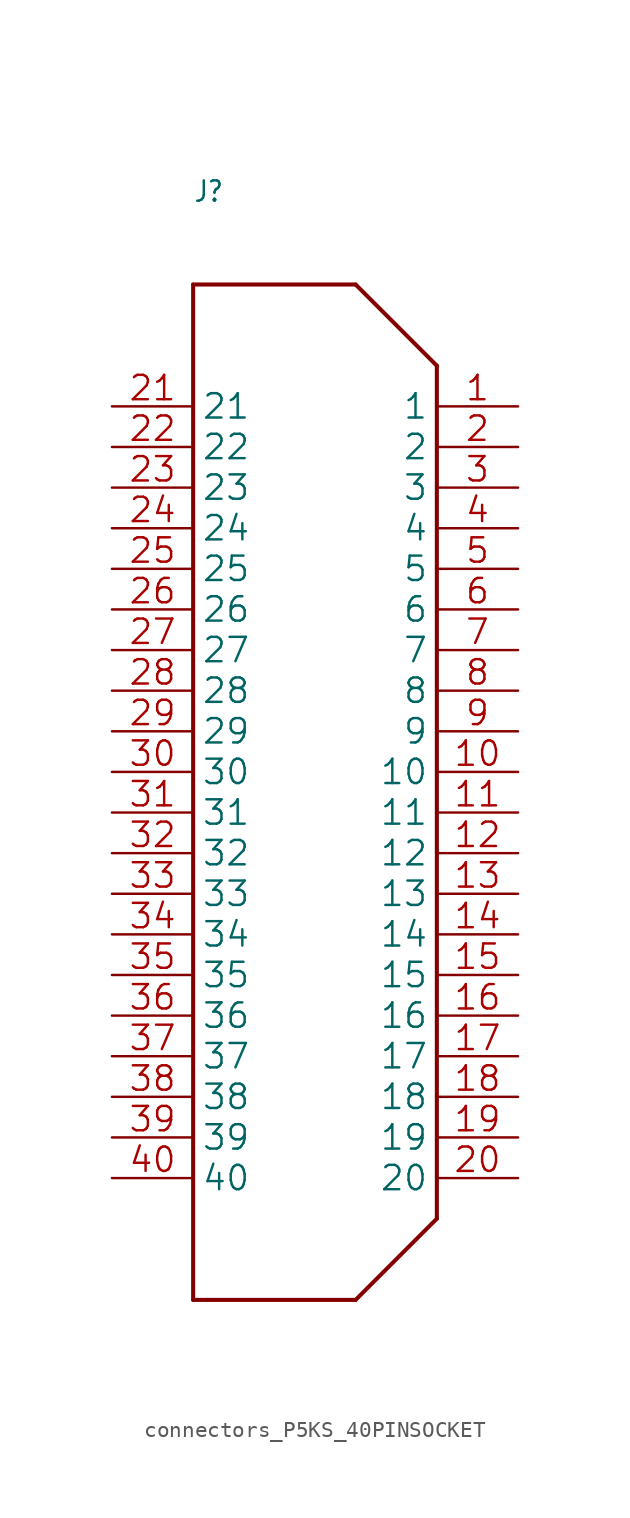
<source format=kicad_sym>
(kicad_symbol_lib
  (version 20241209)
  (generator "kicad_symbol_editor")
  (generator_version "9.0")
  (symbol "connectors_P5KS_40PINSOCKET"
    (property "Reference" "J"
      (at -7.62 7.62 0)
      (effects (font (size 1.27 1.079)) (justify left bottom)))
    (property "Value" ""
      (at -7.62 5.08 0)
      (effects (font (size 1.27 1.079)) (justify left bottom)))
    (property "ki_locked" ""
      (at 0 0 0)
      (effects (font (size 1.27 1.27))))
    (symbol "connectors_P5KS_40PINSOCKET_1_0"
      (polyline (pts (xy -7.62 2.54) (xy 2.54 2.54)) (stroke (width 0.254) (type solid)) (fill (type none)))
      (polyline (pts (xy -7.62 -60.96) (xy -7.62 2.54)) (stroke (width 0.254) (type solid)) (fill (type none)))
      (polyline (pts (xy 2.54 2.54) (xy 7.62 -2.54)) (stroke (width 0.254) (type solid)) (fill (type none)))
      (polyline (pts (xy 2.54 -60.96) (xy -7.62 -60.96)) (stroke (width 0.254) (type solid)) (fill (type none)))
      (polyline (pts (xy 7.62 -2.54) (xy 7.62 -55.88)) (stroke (width 0.254) (type solid)) (fill (type none)))
      (polyline (pts (xy 7.62 -55.88) (xy 2.54 -60.96)) (stroke (width 0.254) (type solid)) (fill (type none)))
      (pin bidirectional line (at -12.7 -5.08 0) (length 5.08) (name "21" (effects (font (size 1.524 1.524)))) (number "21" (effects (font (size 1.524 1.524)))))
      (pin bidirectional line (at -12.7 -7.62 0) (length 5.08) (name "22" (effects (font (size 1.524 1.524)))) (number "22" (effects (font (size 1.524 1.524)))))
      (pin bidirectional line (at -12.7 -10.16 0) (length 5.08) (name "23" (effects (font (size 1.524 1.524)))) (number "23" (effects (font (size 1.524 1.524)))))
      (pin bidirectional line (at -12.7 -12.7 0) (length 5.08) (name "24" (effects (font (size 1.524 1.524)))) (number "24" (effects (font (size 1.524 1.524)))))
      (pin bidirectional line (at -12.7 -15.24 0) (length 5.08) (name "25" (effects (font (size 1.524 1.524)))) (number "25" (effects (font (size 1.524 1.524)))))
      (pin bidirectional line (at -12.7 -17.78 0) (length 5.08) (name "26" (effects (font (size 1.524 1.524)))) (number "26" (effects (font (size 1.524 1.524)))))
      (pin bidirectional line (at -12.7 -20.32 0) (length 5.08) (name "27" (effects (font (size 1.524 1.524)))) (number "27" (effects (font (size 1.524 1.524)))))
      (pin bidirectional line (at -12.7 -22.86 0) (length 5.08) (name "28" (effects (font (size 1.524 1.524)))) (number "28" (effects (font (size 1.524 1.524)))))
      (pin bidirectional line (at -12.7 -25.4 0) (length 5.08) (name "29" (effects (font (size 1.524 1.524)))) (number "29" (effects (font (size 1.524 1.524)))))
      (pin bidirectional line (at -12.7 -27.94 0) (length 5.08) (name "30" (effects (font (size 1.524 1.524)))) (number "30" (effects (font (size 1.524 1.524)))))
      (pin bidirectional line (at -12.7 -30.48 0) (length 5.08) (name "31" (effects (font (size 1.524 1.524)))) (number "31" (effects (font (size 1.524 1.524)))))
      (pin bidirectional line (at -12.7 -33.02 0) (length 5.08) (name "32" (effects (font (size 1.524 1.524)))) (number "32" (effects (font (size 1.524 1.524)))))
      (pin bidirectional line (at -12.7 -35.56 0) (length 5.08) (name "33" (effects (font (size 1.524 1.524)))) (number "33" (effects (font (size 1.524 1.524)))))
      (pin bidirectional line (at -12.7 -38.1 0) (length 5.08) (name "34" (effects (font (size 1.524 1.524)))) (number "34" (effects (font (size 1.524 1.524)))))
      (pin bidirectional line (at -12.7 -40.64 0) (length 5.08) (name "35" (effects (font (size 1.524 1.524)))) (number "35" (effects (font (size 1.524 1.524)))))
      (pin bidirectional line (at -12.7 -43.18 0) (length 5.08) (name "36" (effects (font (size 1.524 1.524)))) (number "36" (effects (font (size 1.524 1.524)))))
      (pin bidirectional line (at -12.7 -45.72 0) (length 5.08) (name "37" (effects (font (size 1.524 1.524)))) (number "37" (effects (font (size 1.524 1.524)))))
      (pin bidirectional line (at -12.7 -48.26 0) (length 5.08) (name "38" (effects (font (size 1.524 1.524)))) (number "38" (effects (font (size 1.524 1.524)))))
      (pin bidirectional line (at -12.7 -50.8 0) (length 5.08) (name "39" (effects (font (size 1.524 1.524)))) (number "39" (effects (font (size 1.524 1.524)))))
      (pin bidirectional line (at -12.7 -53.34 0) (length 5.08) (name "40" (effects (font (size 1.524 1.524)))) (number "40" (effects (font (size 1.524 1.524)))))
      (pin bidirectional line (at 12.7 -5.08 180) (length 5.08) (name "1" (effects (font (size 1.524 1.524)))) (number "1" (effects (font (size 1.524 1.524)))))
      (pin bidirectional line (at 12.7 -7.62 180) (length 5.08) (name "2" (effects (font (size 1.524 1.524)))) (number "2" (effects (font (size 1.524 1.524)))))
      (pin bidirectional line (at 12.7 -10.16 180) (length 5.08) (name "3" (effects (font (size 1.524 1.524)))) (number "3" (effects (font (size 1.524 1.524)))))
      (pin bidirectional line (at 12.7 -12.7 180) (length 5.08) (name "4" (effects (font (size 1.524 1.524)))) (number "4" (effects (font (size 1.524 1.524)))))
      (pin bidirectional line (at 12.7 -15.24 180) (length 5.08) (name "5" (effects (font (size 1.524 1.524)))) (number "5" (effects (font (size 1.524 1.524)))))
      (pin bidirectional line (at 12.7 -17.78 180) (length 5.08) (name "6" (effects (font (size 1.524 1.524)))) (number "6" (effects (font (size 1.524 1.524)))))
      (pin bidirectional line (at 12.7 -20.32 180) (length 5.08) (name "7" (effects (font (size 1.524 1.524)))) (number "7" (effects (font (size 1.524 1.524)))))
      (pin bidirectional line (at 12.7 -22.86 180) (length 5.08) (name "8" (effects (font (size 1.524 1.524)))) (number "8" (effects (font (size 1.524 1.524)))))
      (pin bidirectional line (at 12.7 -25.4 180) (length 5.08) (name "9" (effects (font (size 1.524 1.524)))) (number "9" (effects (font (size 1.524 1.524)))))
      (pin bidirectional line (at 12.7 -27.94 180) (length 5.08) (name "10" (effects (font (size 1.524 1.524)))) (number "10" (effects (font (size 1.524 1.524)))))
      (pin bidirectional line (at 12.7 -30.48 180) (length 5.08) (name "11" (effects (font (size 1.524 1.524)))) (number "11" (effects (font (size 1.524 1.524)))))
      (pin bidirectional line (at 12.7 -33.02 180) (length 5.08) (name "12" (effects (font (size 1.524 1.524)))) (number "12" (effects (font (size 1.524 1.524)))))
      (pin bidirectional line (at 12.7 -35.56 180) (length 5.08) (name "13" (effects (font (size 1.524 1.524)))) (number "13" (effects (font (size 1.524 1.524)))))
      (pin bidirectional line (at 12.7 -38.1 180) (length 5.08) (name "14" (effects (font (size 1.524 1.524)))) (number "14" (effects (font (size 1.524 1.524)))))
      (pin bidirectional line (at 12.7 -40.64 180) (length 5.08) (name "15" (effects (font (size 1.524 1.524)))) (number "15" (effects (font (size 1.524 1.524)))))
      (pin bidirectional line (at 12.7 -43.18 180) (length 5.08) (name "16" (effects (font (size 1.524 1.524)))) (number "16" (effects (font (size 1.524 1.524)))))
      (pin bidirectional line (at 12.7 -45.72 180) (length 5.08) (name "17" (effects (font (size 1.524 1.524)))) (number "17" (effects (font (size 1.524 1.524)))))
      (pin bidirectional line (at 12.7 -48.26 180) (length 5.08) (name "18" (effects (font (size 1.524 1.524)))) (number "18" (effects (font (size 1.524 1.524)))))
      (pin bidirectional line (at 12.7 -50.8 180) (length 5.08) (name "19" (effects (font (size 1.524 1.524)))) (number "19" (effects (font (size 1.524 1.524)))))
      (pin bidirectional line (at 12.7 -53.34 180) (length 5.08) (name "20" (effects (font (size 1.524 1.524)))) (number "20" (effects (font (size 1.524 1.524))))))))
</source>
